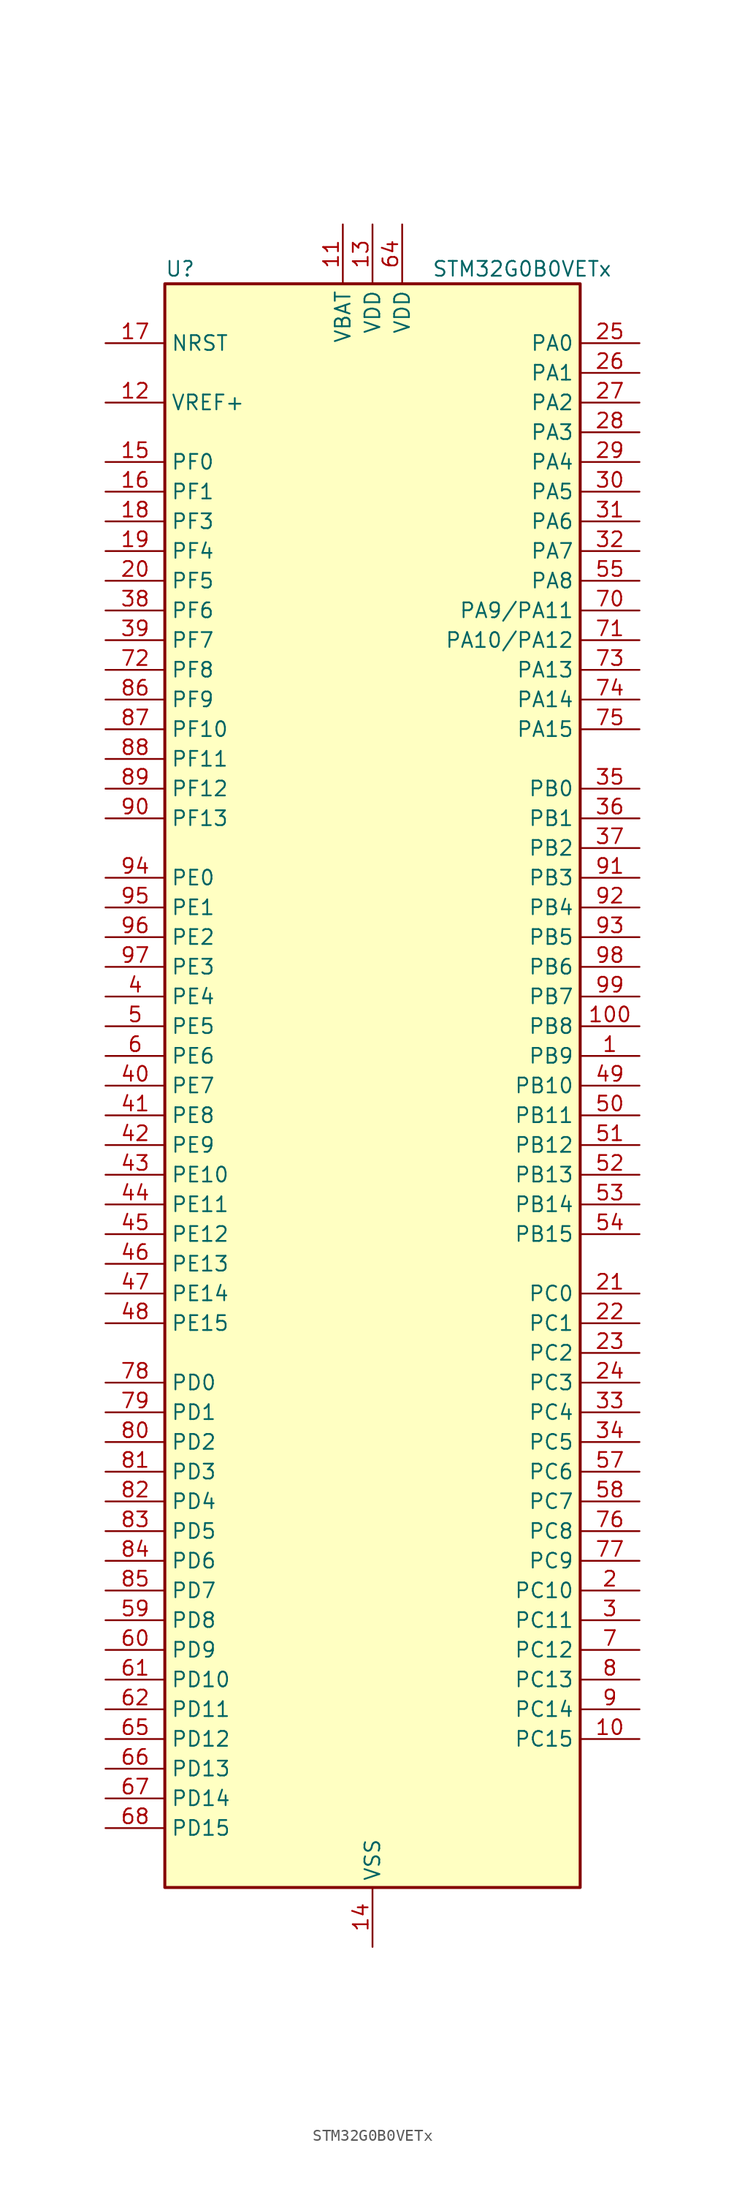
<source format=kicad_sym>
(kicad_symbol_lib
  (version 20231120)
  (generator "kicad-library-utils")
  (generator_version "8.0")
  (symbol "STM32G0B0VETx"
    (property "Reference" "U"
      (at -17.78 69.85 0)
      (effects (font (size 1.27 1.27)) (justify left)))
    (property "Value" "STM32G0B0VETx"
      (at 5.08 69.85 0)
      (effects (font (size 1.27 1.27)) (justify left)))
    (symbol "STM32G0B0VETx_0_1"
      (rectangle (start -17.78 -68.58) (end 17.78 68.58) (stroke (width 0.254) (type default)) (fill (type background))))
    (symbol "STM32G0B0VETx_1_1"
      (pin bidirectional line (at 22.86 2.54 180) (length 5.08) (name "PB9" (effects (font (size 1.27 1.27)))) (number "1" (effects (font (size 1.27 1.27)))) (alternate "I2C1_SDA" bidirectional line) (alternate "I2S2_WS" bidirectional line) (alternate "IR_OUT" bidirectional line) (alternate "SPI2_NSS" bidirectional line) (alternate "TIM17_CH1" bidirectional line) (alternate "TIM4_CH4" bidirectional line) (alternate "USART3_RX" bidirectional line) (alternate "USART6_RX" bidirectional line))
      (pin bidirectional line (at 22.86 -55.88 180) (length 5.08) (name "PC15" (effects (font (size 1.27 1.27)))) (number "10" (effects (font (size 1.27 1.27)))) (alternate "RCC_OSC32_EN" bidirectional line) (alternate "RCC_OSC32_OUT" bidirectional line) (alternate "RCC_OSC_EN" bidirectional line) (alternate "TIM15_BK" bidirectional line))
      (pin bidirectional line (at 22.86 5.08 180) (length 5.08) (name "PB8" (effects (font (size 1.27 1.27)))) (number "100" (effects (font (size 1.27 1.27)))) (alternate "I2C1_SCL" bidirectional line) (alternate "I2S2_CK" bidirectional line) (alternate "SPI2_SCK" bidirectional line) (alternate "TIM15_BK" bidirectional line) (alternate "TIM16_CH1" bidirectional line) (alternate "TIM4_CH3" bidirectional line) (alternate "USART3_TX" bidirectional line) (alternate "USART6_TX" bidirectional line))
      (pin power_in line (at -2.54 73.66 270) (length 5.08) (name "VBAT" (effects (font (size 1.27 1.27)))) (number "11" (effects (font (size 1.27 1.27)))))
      (pin input line (at -22.86 58.42 0) (length 5.08) (name "VREF+" (effects (font (size 1.27 1.27)))) (number "12" (effects (font (size 1.27 1.27)))))
      (pin power_in line (at 0 73.66 270) (length 5.08) (name "VDD" (effects (font (size 1.27 1.27)))) (number "13" (effects (font (size 1.27 1.27)))))
      (pin power_in line (at 0 -73.66 90) (length 5.08) (name "VSS" (effects (font (size 1.27 1.27)))) (number "14" (effects (font (size 1.27 1.27)))))
      (pin bidirectional line (at -22.86 53.34 0) (length 5.08) (name "PF0" (effects (font (size 1.27 1.27)))) (number "15" (effects (font (size 1.27 1.27)))) (alternate "CRS1_SYNC" bidirectional line) (alternate "RCC_OSC_IN" bidirectional line) (alternate "TIM14_CH1" bidirectional line))
      (pin bidirectional line (at -22.86 50.8 0) (length 5.08) (name "PF1" (effects (font (size 1.27 1.27)))) (number "16" (effects (font (size 1.27 1.27)))) (alternate "RCC_OSC_EN" bidirectional line) (alternate "RCC_OSC_OUT" bidirectional line) (alternate "TIM15_CH1N" bidirectional line))
      (pin input line (at -22.86 63.5 0) (length 5.08) (name "NRST" (effects (font (size 1.27 1.27)))) (number "17" (effects (font (size 1.27 1.27)))))
      (pin bidirectional line (at -22.86 48.26 0) (length 5.08) (name "PF3" (effects (font (size 1.27 1.27)))) (number "18" (effects (font (size 1.27 1.27)))) (alternate "USART6_CK" bidirectional line) (alternate "USART6_DE" bidirectional line) (alternate "USART6_RTS" bidirectional line))
      (pin bidirectional line (at -22.86 45.72 0) (length 5.08) (name "PF4" (effects (font (size 1.27 1.27)))) (number "19" (effects (font (size 1.27 1.27)))))
      (pin bidirectional line (at 22.86 -43.18 180) (length 5.08) (name "PC10" (effects (font (size 1.27 1.27)))) (number "2" (effects (font (size 1.27 1.27)))) (alternate "SPI3_SCK" bidirectional line) (alternate "TIM1_CH3" bidirectional line) (alternate "USART3_TX" bidirectional line) (alternate "USART4_TX" bidirectional line))
      (pin bidirectional line (at -22.86 43.18 0) (length 5.08) (name "PF5" (effects (font (size 1.27 1.27)))) (number "20" (effects (font (size 1.27 1.27)))))
      (pin bidirectional line (at 22.86 -17.78 180) (length 5.08) (name "PC0" (effects (font (size 1.27 1.27)))) (number "21" (effects (font (size 1.27 1.27)))) (alternate "I2C3_SCL" bidirectional line) (alternate "USART6_TX" bidirectional line))
      (pin bidirectional line (at 22.86 -20.32 180) (length 5.08) (name "PC1" (effects (font (size 1.27 1.27)))) (number "22" (effects (font (size 1.27 1.27)))) (alternate "I2C3_SDA" bidirectional line) (alternate "TIM15_CH1" bidirectional line) (alternate "USART6_RX" bidirectional line))
      (pin bidirectional line (at 22.86 -22.86 180) (length 5.08) (name "PC2" (effects (font (size 1.27 1.27)))) (number "23" (effects (font (size 1.27 1.27)))) (alternate "I2S2_MCK" bidirectional line) (alternate "SPI2_MISO" bidirectional line) (alternate "TIM15_CH2" bidirectional line))
      (pin bidirectional line (at 22.86 -25.4 180) (length 5.08) (name "PC3" (effects (font (size 1.27 1.27)))) (number "24" (effects (font (size 1.27 1.27)))) (alternate "I2S2_SD" bidirectional line) (alternate "SPI2_MOSI" bidirectional line))
      (pin bidirectional line (at 22.86 63.5 180) (length 5.08) (name "PA0" (effects (font (size 1.27 1.27)))) (number "25" (effects (font (size 1.27 1.27)))) (alternate "ADC1_IN0" bidirectional line) (alternate "I2S2_CK" bidirectional line) (alternate "RTC_TAMP_IN2" bidirectional line) (alternate "SPI2_SCK" bidirectional line) (alternate "SYS_WKUP1" bidirectional line) (alternate "USART2_CTS" bidirectional line) (alternate "USART2_NSS" bidirectional line) (alternate "USART4_TX" bidirectional line))
      (pin bidirectional line (at 22.86 60.96 180) (length 5.08) (name "PA1" (effects (font (size 1.27 1.27)))) (number "26" (effects (font (size 1.27 1.27)))) (alternate "ADC1_IN1" bidirectional line) (alternate "I2C1_SMBA" bidirectional line) (alternate "I2S1_CK" bidirectional line) (alternate "SPI1_SCK" bidirectional line) (alternate "TIM15_CH1N" bidirectional line) (alternate "USART2_CK" bidirectional line) (alternate "USART2_DE" bidirectional line) (alternate "USART2_RTS" bidirectional line) (alternate "USART4_RX" bidirectional line))
      (pin bidirectional line (at 22.86 58.42 180) (length 5.08) (name "PA2" (effects (font (size 1.27 1.27)))) (number "27" (effects (font (size 1.27 1.27)))) (alternate "ADC1_IN2" bidirectional line) (alternate "I2S1_SD" bidirectional line) (alternate "RCC_LSCO" bidirectional line) (alternate "SPI1_MOSI" bidirectional line) (alternate "SYS_WKUP4" bidirectional line) (alternate "TIM15_CH1" bidirectional line) (alternate "USART2_TX" bidirectional line))
      (pin bidirectional line (at 22.86 55.88 180) (length 5.08) (name "PA3" (effects (font (size 1.27 1.27)))) (number "28" (effects (font (size 1.27 1.27)))) (alternate "ADC1_IN3" bidirectional line) (alternate "I2S2_MCK" bidirectional line) (alternate "SPI2_MISO" bidirectional line) (alternate "TIM15_CH2" bidirectional line) (alternate "USART2_RX" bidirectional line))
      (pin bidirectional line (at 22.86 53.34 180) (length 5.08) (name "PA4" (effects (font (size 1.27 1.27)))) (number "29" (effects (font (size 1.27 1.27)))) (alternate "ADC1_IN4" bidirectional line) (alternate "I2S1_WS" bidirectional line) (alternate "I2S2_SD" bidirectional line) (alternate "RTC_OUT2" bidirectional line) (alternate "SPI1_NSS" bidirectional line) (alternate "SPI2_MOSI" bidirectional line) (alternate "SPI3_NSS" bidirectional line) (alternate "TIM14_CH1" bidirectional line) (alternate "USART6_TX" bidirectional line) (alternate "USB_NOE" bidirectional line))
      (pin bidirectional line (at 22.86 -45.72 180) (length 5.08) (name "PC11" (effects (font (size 1.27 1.27)))) (number "3" (effects (font (size 1.27 1.27)))) (alternate "ADC1_EXTI11" bidirectional line) (alternate "SPI3_MISO" bidirectional line) (alternate "TIM1_CH4" bidirectional line) (alternate "USART3_RX" bidirectional line) (alternate "USART4_RX" bidirectional line))
      (pin bidirectional line (at 22.86 50.8 180) (length 5.08) (name "PA5" (effects (font (size 1.27 1.27)))) (number "30" (effects (font (size 1.27 1.27)))) (alternate "ADC1_IN5" bidirectional line) (alternate "I2S1_CK" bidirectional line) (alternate "SPI1_SCK" bidirectional line) (alternate "USART3_TX" bidirectional line) (alternate "USART6_RX" bidirectional line))
      (pin bidirectional line (at 22.86 48.26 180) (length 5.08) (name "PA6" (effects (font (size 1.27 1.27)))) (number "31" (effects (font (size 1.27 1.27)))) (alternate "ADC1_IN6" bidirectional line) (alternate "I2C2_SDA" bidirectional line) (alternate "I2C3_SDA" bidirectional line) (alternate "I2S1_MCK" bidirectional line) (alternate "SPI1_MISO" bidirectional line) (alternate "TIM16_CH1" bidirectional line) (alternate "TIM1_BK" bidirectional line) (alternate "TIM3_CH1" bidirectional line) (alternate "USART3_CTS" bidirectional line) (alternate "USART3_NSS" bidirectional line) (alternate "USART6_CTS" bidirectional line) (alternate "USART6_NSS" bidirectional line))
      (pin bidirectional line (at 22.86 45.72 180) (length 5.08) (name "PA7" (effects (font (size 1.27 1.27)))) (number "32" (effects (font (size 1.27 1.27)))) (alternate "ADC1_IN7" bidirectional line) (alternate "I2C2_SCL" bidirectional line) (alternate "I2C3_SCL" bidirectional line) (alternate "I2S1_SD" bidirectional line) (alternate "SPI1_MOSI" bidirectional line) (alternate "TIM14_CH1" bidirectional line) (alternate "TIM17_CH1" bidirectional line) (alternate "TIM1_CH1N" bidirectional line) (alternate "TIM3_CH2" bidirectional line) (alternate "USART6_CK" bidirectional line) (alternate "USART6_DE" bidirectional line) (alternate "USART6_RTS" bidirectional line))
      (pin bidirectional line (at 22.86 -27.94 180) (length 5.08) (name "PC4" (effects (font (size 1.27 1.27)))) (number "33" (effects (font (size 1.27 1.27)))) (alternate "ADC1_IN17" bidirectional line) (alternate "USART1_TX" bidirectional line) (alternate "USART3_TX" bidirectional line))
      (pin bidirectional line (at 22.86 -30.48 180) (length 5.08) (name "PC5" (effects (font (size 1.27 1.27)))) (number "34" (effects (font (size 1.27 1.27)))) (alternate "ADC1_IN18" bidirectional line) (alternate "SYS_WKUP5" bidirectional line) (alternate "USART1_RX" bidirectional line) (alternate "USART3_RX" bidirectional line))
      (pin bidirectional line (at 22.86 25.4 180) (length 5.08) (name "PB0" (effects (font (size 1.27 1.27)))) (number "35" (effects (font (size 1.27 1.27)))) (alternate "ADC1_IN8" bidirectional line) (alternate "I2S1_WS" bidirectional line) (alternate "SPI1_NSS" bidirectional line) (alternate "TIM1_CH2N" bidirectional line) (alternate "TIM3_CH3" bidirectional line) (alternate "USART3_RX" bidirectional line) (alternate "USART5_TX" bidirectional line))
      (pin bidirectional line (at 22.86 22.86 180) (length 5.08) (name "PB1" (effects (font (size 1.27 1.27)))) (number "36" (effects (font (size 1.27 1.27)))) (alternate "ADC1_IN9" bidirectional line) (alternate "TIM14_CH1" bidirectional line) (alternate "TIM1_CH3N" bidirectional line) (alternate "TIM3_CH4" bidirectional line) (alternate "USART3_CK" bidirectional line) (alternate "USART3_DE" bidirectional line) (alternate "USART3_RTS" bidirectional line) (alternate "USART5_RX" bidirectional line))
      (pin bidirectional line (at 22.86 20.32 180) (length 5.08) (name "PB2" (effects (font (size 1.27 1.27)))) (number "37" (effects (font (size 1.27 1.27)))) (alternate "ADC1_IN10" bidirectional line) (alternate "I2S2_MCK" bidirectional line) (alternate "RCC_MCO_2" bidirectional line) (alternate "SPI2_MISO" bidirectional line) (alternate "USART3_TX" bidirectional line))
      (pin bidirectional line (at -22.86 40.64 0) (length 5.08) (name "PF6" (effects (font (size 1.27 1.27)))) (number "38" (effects (font (size 1.27 1.27)))))
      (pin bidirectional line (at -22.86 38.1 0) (length 5.08) (name "PF7" (effects (font (size 1.27 1.27)))) (number "39" (effects (font (size 1.27 1.27)))) (alternate "USART5_CTS" bidirectional line) (alternate "USART5_NSS" bidirectional line))
      (pin bidirectional line (at -22.86 7.62 0) (length 5.08) (name "PE4" (effects (font (size 1.27 1.27)))) (number "4" (effects (font (size 1.27 1.27)))) (alternate "TIM3_CH2" bidirectional line))
      (pin bidirectional line (at -22.86 0 0) (length 5.08) (name "PE7" (effects (font (size 1.27 1.27)))) (number "40" (effects (font (size 1.27 1.27)))) (alternate "TIM1_ETR" bidirectional line) (alternate "USART5_CK" bidirectional line) (alternate "USART5_DE" bidirectional line) (alternate "USART5_RTS" bidirectional line))
      (pin bidirectional line (at -22.86 -2.54 0) (length 5.08) (name "PE8" (effects (font (size 1.27 1.27)))) (number "41" (effects (font (size 1.27 1.27)))) (alternate "TIM1_CH1N" bidirectional line) (alternate "USART4_TX" bidirectional line))
      (pin bidirectional line (at -22.86 -5.08 0) (length 5.08) (name "PE9" (effects (font (size 1.27 1.27)))) (number "42" (effects (font (size 1.27 1.27)))) (alternate "TIM1_CH1" bidirectional line) (alternate "USART4_RX" bidirectional line))
      (pin bidirectional line (at -22.86 -7.62 0) (length 5.08) (name "PE10" (effects (font (size 1.27 1.27)))) (number "43" (effects (font (size 1.27 1.27)))) (alternate "TIM1_CH2N" bidirectional line) (alternate "USART5_TX" bidirectional line))
      (pin bidirectional line (at -22.86 -10.16 0) (length 5.08) (name "PE11" (effects (font (size 1.27 1.27)))) (number "44" (effects (font (size 1.27 1.27)))) (alternate "ADC1_EXTI11" bidirectional line) (alternate "TIM1_CH2" bidirectional line) (alternate "USART5_RX" bidirectional line))
      (pin bidirectional line (at -22.86 -12.7 0) (length 5.08) (name "PE12" (effects (font (size 1.27 1.27)))) (number "45" (effects (font (size 1.27 1.27)))) (alternate "I2S1_WS" bidirectional line) (alternate "SPI1_NSS" bidirectional line) (alternate "TIM1_CH3N" bidirectional line))
      (pin bidirectional line (at -22.86 -15.24 0) (length 5.08) (name "PE13" (effects (font (size 1.27 1.27)))) (number "46" (effects (font (size 1.27 1.27)))) (alternate "I2S1_CK" bidirectional line) (alternate "SPI1_SCK" bidirectional line) (alternate "TIM1_CH3" bidirectional line))
      (pin bidirectional line (at -22.86 -17.78 0) (length 5.08) (name "PE14" (effects (font (size 1.27 1.27)))) (number "47" (effects (font (size 1.27 1.27)))) (alternate "I2S1_MCK" bidirectional line) (alternate "SPI1_MISO" bidirectional line) (alternate "TIM1_BK2" bidirectional line) (alternate "TIM1_CH4" bidirectional line))
      (pin bidirectional line (at -22.86 -20.32 0) (length 5.08) (name "PE15" (effects (font (size 1.27 1.27)))) (number "48" (effects (font (size 1.27 1.27)))) (alternate "I2S1_SD" bidirectional line) (alternate "SPI1_MOSI" bidirectional line) (alternate "TIM1_BK" bidirectional line))
      (pin bidirectional line (at 22.86 0 180) (length 5.08) (name "PB10" (effects (font (size 1.27 1.27)))) (number "49" (effects (font (size 1.27 1.27)))) (alternate "ADC1_IN11" bidirectional line) (alternate "I2C2_SCL" bidirectional line) (alternate "I2S2_CK" bidirectional line) (alternate "SPI2_SCK" bidirectional line) (alternate "USART3_TX" bidirectional line))
      (pin bidirectional line (at -22.86 5.08 0) (length 5.08) (name "PE5" (effects (font (size 1.27 1.27)))) (number "5" (effects (font (size 1.27 1.27)))) (alternate "TIM3_CH3" bidirectional line))
      (pin bidirectional line (at 22.86 -2.54 180) (length 5.08) (name "PB11" (effects (font (size 1.27 1.27)))) (number "50" (effects (font (size 1.27 1.27)))) (alternate "ADC1_EXTI11" bidirectional line) (alternate "ADC1_IN15" bidirectional line) (alternate "I2C2_SDA" bidirectional line) (alternate "I2S2_SD" bidirectional line) (alternate "SPI2_MOSI" bidirectional line) (alternate "USART3_RX" bidirectional line))
      (pin bidirectional line (at 22.86 -5.08 180) (length 5.08) (name "PB12" (effects (font (size 1.27 1.27)))) (number "51" (effects (font (size 1.27 1.27)))) (alternate "ADC1_IN16" bidirectional line) (alternate "I2C2_SMBA" bidirectional line) (alternate "I2S2_WS" bidirectional line) (alternate "SPI2_NSS" bidirectional line) (alternate "TIM15_BK" bidirectional line) (alternate "TIM1_BK" bidirectional line))
      (pin bidirectional line (at 22.86 -7.62 180) (length 5.08) (name "PB13" (effects (font (size 1.27 1.27)))) (number "52" (effects (font (size 1.27 1.27)))) (alternate "I2C2_SCL" bidirectional line) (alternate "I2S2_CK" bidirectional line) (alternate "SPI2_SCK" bidirectional line) (alternate "TIM15_CH1N" bidirectional line) (alternate "TIM1_CH1N" bidirectional line) (alternate "USART3_CTS" bidirectional line) (alternate "USART3_NSS" bidirectional line))
      (pin bidirectional line (at 22.86 -10.16 180) (length 5.08) (name "PB14" (effects (font (size 1.27 1.27)))) (number "53" (effects (font (size 1.27 1.27)))) (alternate "I2C2_SDA" bidirectional line) (alternate "I2S2_MCK" bidirectional line) (alternate "SPI2_MISO" bidirectional line) (alternate "TIM15_CH1" bidirectional line) (alternate "TIM1_CH2N" bidirectional line) (alternate "USART3_CK" bidirectional line) (alternate "USART3_DE" bidirectional line) (alternate "USART3_RTS" bidirectional line) (alternate "USART6_CK" bidirectional line) (alternate "USART6_DE" bidirectional line) (alternate "USART6_RTS" bidirectional line))
      (pin bidirectional line (at 22.86 -12.7 180) (length 5.08) (name "PB15" (effects (font (size 1.27 1.27)))) (number "54" (effects (font (size 1.27 1.27)))) (alternate "I2S2_SD" bidirectional line) (alternate "RTC_REFIN" bidirectional line) (alternate "SPI2_MOSI" bidirectional line) (alternate "TIM15_CH1N" bidirectional line) (alternate "TIM15_CH2" bidirectional line) (alternate "TIM1_CH3N" bidirectional line) (alternate "USART6_CTS" bidirectional line) (alternate "USART6_NSS" bidirectional line))
      (pin bidirectional line (at 22.86 43.18 180) (length 5.08) (name "PA8" (effects (font (size 1.27 1.27)))) (number "55" (effects (font (size 1.27 1.27)))) (alternate "CRS1_SYNC" bidirectional line) (alternate "I2C2_SMBA" bidirectional line) (alternate "I2S2_WS" bidirectional line) (alternate "RCC_MCO" bidirectional line) (alternate "SPI2_NSS" bidirectional line) (alternate "TIM1_CH1" bidirectional line))
      (pin no_connect line (at -17.78 -68.58 0) (length 5.08) hide (name "NC/PA9" (effects (font (size 1.27 1.27)))) (number "56" (effects (font (size 1.27 1.27)))) (alternate "NC" bidirectional line) (alternate "PA9" bidirectional line) (alternate "I2C1_SCL (PA9)" bidirectional line) (alternate "I2C2_SCL (PA9)" bidirectional line) (alternate "I2S2_MCK (PA9)" bidirectional line) (alternate "RCC_MCO (PA9)" bidirectional line) (alternate "SPI2_MISO (PA9)" bidirectional line) (alternate "TIM15_BK (PA9)" bidirectional line) (alternate "TIM1_CH2 (PA9)" bidirectional line) (alternate "USART1_TX (PA9)" bidirectional line))
      (pin bidirectional line (at 22.86 -33.02 180) (length 5.08) (name "PC6" (effects (font (size 1.27 1.27)))) (number "57" (effects (font (size 1.27 1.27)))) (alternate "TIM3_CH1" bidirectional line))
      (pin bidirectional line (at 22.86 -35.56 180) (length 5.08) (name "PC7" (effects (font (size 1.27 1.27)))) (number "58" (effects (font (size 1.27 1.27)))) (alternate "TIM3_CH2" bidirectional line))
      (pin bidirectional line (at -22.86 -45.72 0) (length 5.08) (name "PD8" (effects (font (size 1.27 1.27)))) (number "59" (effects (font (size 1.27 1.27)))) (alternate "I2S1_CK" bidirectional line) (alternate "SPI1_SCK" bidirectional line) (alternate "USART3_TX" bidirectional line))
      (pin bidirectional line (at -22.86 2.54 0) (length 5.08) (name "PE6" (effects (font (size 1.27 1.27)))) (number "6" (effects (font (size 1.27 1.27)))) (alternate "RTC_TAMP_IN3" bidirectional line) (alternate "SYS_WKUP3" bidirectional line) (alternate "TIM3_CH4" bidirectional line))
      (pin bidirectional line (at -22.86 -48.26 0) (length 5.08) (name "PD9" (effects (font (size 1.27 1.27)))) (number "60" (effects (font (size 1.27 1.27)))) (alternate "I2S1_WS" bidirectional line) (alternate "SPI1_NSS" bidirectional line) (alternate "TIM1_BK2" bidirectional line) (alternate "USART3_RX" bidirectional line))
      (pin bidirectional line (at -22.86 -50.8 0) (length 5.08) (name "PD10" (effects (font (size 1.27 1.27)))) (number "61" (effects (font (size 1.27 1.27)))) (alternate "RCC_MCO" bidirectional line))
      (pin bidirectional line (at -22.86 -53.34 0) (length 5.08) (name "PD11" (effects (font (size 1.27 1.27)))) (number "62" (effects (font (size 1.27 1.27)))) (alternate "ADC1_EXTI11" bidirectional line) (alternate "USART3_CTS" bidirectional line) (alternate "USART3_NSS" bidirectional line))
      (pin passive line (at 0 -73.66 90) (length 5.08) hide (name "VSS" (effects (font (size 1.27 1.27)))) (number "63" (effects (font (size 1.27 1.27)))))
      (pin power_in line (at 2.54 73.66 270) (length 5.08) (name "VDD" (effects (font (size 1.27 1.27)))) (number "64" (effects (font (size 1.27 1.27)))))
      (pin bidirectional line (at -22.86 -55.88 0) (length 5.08) (name "PD12" (effects (font (size 1.27 1.27)))) (number "65" (effects (font (size 1.27 1.27)))) (alternate "TIM4_CH1" bidirectional line) (alternate "USART3_CK" bidirectional line) (alternate "USART3_DE" bidirectional line) (alternate "USART3_RTS" bidirectional line))
      (pin bidirectional line (at -22.86 -58.42 0) (length 5.08) (name "PD13" (effects (font (size 1.27 1.27)))) (number "66" (effects (font (size 1.27 1.27)))) (alternate "TIM4_CH2" bidirectional line))
      (pin bidirectional line (at -22.86 -60.96 0) (length 5.08) (name "PD14" (effects (font (size 1.27 1.27)))) (number "67" (effects (font (size 1.27 1.27)))) (alternate "TIM4_CH3" bidirectional line))
      (pin bidirectional line (at -22.86 -63.5 0) (length 5.08) (name "PD15" (effects (font (size 1.27 1.27)))) (number "68" (effects (font (size 1.27 1.27)))) (alternate "CRS1_SYNC" bidirectional line) (alternate "TIM4_CH4" bidirectional line))
      (pin no_connect line (at -17.78 -66.04 0) (length 5.08) hide (name "NC/PA10" (effects (font (size 1.27 1.27)))) (number "69" (effects (font (size 1.27 1.27)))) (alternate "NC" bidirectional line) (alternate "PA10" bidirectional line) (alternate "I2C1_SDA (PA10)" bidirectional line) (alternate "I2C2_SDA (PA10)" bidirectional line) (alternate "I2S2_SD (PA10)" bidirectional line) (alternate "RCC_MCO_2 (PA10)" bidirectional line) (alternate "SPI2_MOSI (PA10)" bidirectional line) (alternate "TIM17_BK (PA10)" bidirectional line) (alternate "TIM1_CH3 (PA10)" bidirectional line) (alternate "USART1_RX (PA10)" bidirectional line))
      (pin bidirectional line (at 22.86 -48.26 180) (length 5.08) (name "PC12" (effects (font (size 1.27 1.27)))) (number "7" (effects (font (size 1.27 1.27)))) (alternate "SPI3_MOSI" bidirectional line) (alternate "TIM14_CH1" bidirectional line) (alternate "USART5_TX" bidirectional line))
      (pin bidirectional line (at 22.86 40.64 180) (length 5.08) (name "PA9/PA11" (effects (font (size 1.27 1.27)))) (number "70" (effects (font (size 1.27 1.27)))) (alternate "PA9" bidirectional line) (alternate "I2C1_SCL (PA9)" bidirectional line) (alternate "I2C2_SCL (PA9)" bidirectional line) (alternate "I2S2_MCK (PA9)" bidirectional line) (alternate "RCC_MCO (PA9)" bidirectional line) (alternate "SPI2_MISO (PA9)" bidirectional line) (alternate "TIM15_BK (PA9)" bidirectional line) (alternate "TIM1_CH2 (PA9)" bidirectional line) (alternate "USART1_TX (PA9)" bidirectional line) (alternate "PA11" bidirectional line) (alternate "ADC1_EXTI11 (PA11)" bidirectional line) (alternate "I2C2_SCL (PA11)" bidirectional line) (alternate "I2S1_MCK (PA11)" bidirectional line) (alternate "SPI1_MISO (PA11)" bidirectional line) (alternate "TIM1_BK2 (PA11)" bidirectional line) (alternate "TIM1_CH4 (PA11)" bidirectional line) (alternate "USART1_CTS (PA11)" bidirectional line) (alternate "USART1_NSS (PA11)" bidirectional line) (alternate "USB_DM (PA11)" bidirectional line))
      (pin bidirectional line (at 22.86 38.1 180) (length 5.08) (name "PA10/PA12" (effects (font (size 1.27 1.27)))) (number "71" (effects (font (size 1.27 1.27)))) (alternate "PA10" bidirectional line) (alternate "I2C1_SDA (PA10)" bidirectional line) (alternate "I2C2_SDA (PA10)" bidirectional line) (alternate "I2S2_SD (PA10)" bidirectional line) (alternate "RCC_MCO_2 (PA10)" bidirectional line) (alternate "SPI2_MOSI (PA10)" bidirectional line) (alternate "TIM17_BK (PA10)" bidirectional line) (alternate "TIM1_CH3 (PA10)" bidirectional line) (alternate "USART1_RX (PA10)" bidirectional line) (alternate "PA12" bidirectional line) (alternate "I2C2_SDA (PA12)" bidirectional line) (alternate "I2S1_SD (PA12)" bidirectional line) (alternate "I2S_CKIN (PA12)" bidirectional line) (alternate "SPI1_MOSI (PA12)" bidirectional line) (alternate "TIM1_ETR (PA12)" bidirectional line) (alternate "USART1_CK (PA12)" bidirectional line) (alternate "USART1_DE (PA12)" bidirectional line) (alternate "USART1_RTS (PA12)" bidirectional line) (alternate "USB_DP (PA12)" bidirectional line))
      (pin bidirectional line (at -22.86 35.56 0) (length 5.08) (name "PF8" (effects (font (size 1.27 1.27)))) (number "72" (effects (font (size 1.27 1.27)))))
      (pin bidirectional line (at 22.86 35.56 180) (length 5.08) (name "PA13" (effects (font (size 1.27 1.27)))) (number "73" (effects (font (size 1.27 1.27)))) (alternate "IR_OUT" bidirectional line) (alternate "SYS_SWDIO" bidirectional line) (alternate "USB_NOE" bidirectional line))
      (pin bidirectional line (at 22.86 33.02 180) (length 5.08) (name "PA14" (effects (font (size 1.27 1.27)))) (number "74" (effects (font (size 1.27 1.27)))) (alternate "SYS_SWCLK" bidirectional line) (alternate "USART2_TX" bidirectional line))
      (pin bidirectional line (at 22.86 30.48 180) (length 5.08) (name "PA15" (effects (font (size 1.27 1.27)))) (number "75" (effects (font (size 1.27 1.27)))) (alternate "I2C2_SMBA" bidirectional line) (alternate "I2S1_WS" bidirectional line) (alternate "RCC_MCO_2" bidirectional line) (alternate "SPI1_NSS" bidirectional line) (alternate "SPI3_NSS" bidirectional line) (alternate "USART2_RX" bidirectional line) (alternate "USART3_CK" bidirectional line) (alternate "USART3_DE" bidirectional line) (alternate "USART3_RTS" bidirectional line) (alternate "USART4_CK" bidirectional line) (alternate "USART4_DE" bidirectional line) (alternate "USART4_RTS" bidirectional line) (alternate "USB_NOE" bidirectional line))
      (pin bidirectional line (at 22.86 -38.1 180) (length 5.08) (name "PC8" (effects (font (size 1.27 1.27)))) (number "76" (effects (font (size 1.27 1.27)))) (alternate "TIM1_CH1" bidirectional line) (alternate "TIM3_CH3" bidirectional line))
      (pin bidirectional line (at 22.86 -40.64 180) (length 5.08) (name "PC9" (effects (font (size 1.27 1.27)))) (number "77" (effects (font (size 1.27 1.27)))) (alternate "I2S_CKIN" bidirectional line) (alternate "TIM1_CH2" bidirectional line) (alternate "TIM3_CH4" bidirectional line) (alternate "USB_NOE" bidirectional line))
      (pin bidirectional line (at -22.86 -25.4 0) (length 5.08) (name "PD0" (effects (font (size 1.27 1.27)))) (number "78" (effects (font (size 1.27 1.27)))) (alternate "I2S2_WS" bidirectional line) (alternate "SPI2_NSS" bidirectional line) (alternate "TIM16_CH1" bidirectional line))
      (pin bidirectional line (at -22.86 -27.94 0) (length 5.08) (name "PD1" (effects (font (size 1.27 1.27)))) (number "79" (effects (font (size 1.27 1.27)))) (alternate "I2S2_CK" bidirectional line) (alternate "SPI2_SCK" bidirectional line) (alternate "TIM17_CH1" bidirectional line))
      (pin bidirectional line (at 22.86 -50.8 180) (length 5.08) (name "PC13" (effects (font (size 1.27 1.27)))) (number "8" (effects (font (size 1.27 1.27)))) (alternate "RTC_OUT1" bidirectional line) (alternate "RTC_TAMP_IN1" bidirectional line) (alternate "RTC_TS" bidirectional line) (alternate "SYS_WKUP2" bidirectional line) (alternate "TIM1_BK" bidirectional line))
      (pin bidirectional line (at -22.86 -30.48 0) (length 5.08) (name "PD2" (effects (font (size 1.27 1.27)))) (number "80" (effects (font (size 1.27 1.27)))) (alternate "TIM1_CH1N" bidirectional line) (alternate "TIM3_ETR" bidirectional line) (alternate "USART3_CK" bidirectional line) (alternate "USART3_DE" bidirectional line) (alternate "USART3_RTS" bidirectional line) (alternate "USART5_RX" bidirectional line))
      (pin bidirectional line (at -22.86 -33.02 0) (length 5.08) (name "PD3" (effects (font (size 1.27 1.27)))) (number "81" (effects (font (size 1.27 1.27)))) (alternate "I2S2_MCK" bidirectional line) (alternate "SPI2_MISO" bidirectional line) (alternate "TIM1_CH2N" bidirectional line) (alternate "USART2_CTS" bidirectional line) (alternate "USART2_NSS" bidirectional line) (alternate "USART5_TX" bidirectional line))
      (pin bidirectional line (at -22.86 -35.56 0) (length 5.08) (name "PD4" (effects (font (size 1.27 1.27)))) (number "82" (effects (font (size 1.27 1.27)))) (alternate "I2S2_SD" bidirectional line) (alternate "SPI2_MOSI" bidirectional line) (alternate "TIM1_CH3N" bidirectional line) (alternate "USART2_CK" bidirectional line) (alternate "USART2_DE" bidirectional line) (alternate "USART2_RTS" bidirectional line) (alternate "USART5_CK" bidirectional line) (alternate "USART5_DE" bidirectional line) (alternate "USART5_RTS" bidirectional line))
      (pin bidirectional line (at -22.86 -38.1 0) (length 5.08) (name "PD5" (effects (font (size 1.27 1.27)))) (number "83" (effects (font (size 1.27 1.27)))) (alternate "I2S1_MCK" bidirectional line) (alternate "SPI1_MISO" bidirectional line) (alternate "TIM1_BK" bidirectional line) (alternate "USART2_TX" bidirectional line) (alternate "USART5_CTS" bidirectional line) (alternate "USART5_NSS" bidirectional line))
      (pin bidirectional line (at -22.86 -40.64 0) (length 5.08) (name "PD6" (effects (font (size 1.27 1.27)))) (number "84" (effects (font (size 1.27 1.27)))) (alternate "I2S1_SD" bidirectional line) (alternate "SPI1_MOSI" bidirectional line) (alternate "USART2_RX" bidirectional line))
      (pin bidirectional line (at -22.86 -43.18 0) (length 5.08) (name "PD7" (effects (font (size 1.27 1.27)))) (number "85" (effects (font (size 1.27 1.27)))) (alternate "RCC_MCO_2" bidirectional line))
      (pin bidirectional line (at -22.86 33.02 0) (length 5.08) (name "PF9" (effects (font (size 1.27 1.27)))) (number "86" (effects (font (size 1.27 1.27)))) (alternate "USART6_TX" bidirectional line))
      (pin bidirectional line (at -22.86 30.48 0) (length 5.08) (name "PF10" (effects (font (size 1.27 1.27)))) (number "87" (effects (font (size 1.27 1.27)))) (alternate "USART6_RX" bidirectional line))
      (pin bidirectional line (at -22.86 27.94 0) (length 5.08) (name "PF11" (effects (font (size 1.27 1.27)))) (number "88" (effects (font (size 1.27 1.27)))) (alternate "ADC1_EXTI11" bidirectional line) (alternate "USART6_CK" bidirectional line) (alternate "USART6_DE" bidirectional line) (alternate "USART6_RTS" bidirectional line))
      (pin bidirectional line (at -22.86 25.4 0) (length 5.08) (name "PF12" (effects (font (size 1.27 1.27)))) (number "89" (effects (font (size 1.27 1.27)))) (alternate "TIM15_CH1" bidirectional line) (alternate "USART6_CTS" bidirectional line) (alternate "USART6_NSS" bidirectional line))
      (pin bidirectional line (at 22.86 -53.34 180) (length 5.08) (name "PC14" (effects (font (size 1.27 1.27)))) (number "9" (effects (font (size 1.27 1.27)))) (alternate "RCC_OSC32_IN" bidirectional line) (alternate "TIM1_BK2" bidirectional line))
      (pin bidirectional line (at -22.86 22.86 0) (length 5.08) (name "PF13" (effects (font (size 1.27 1.27)))) (number "90" (effects (font (size 1.27 1.27)))) (alternate "TIM15_CH2" bidirectional line))
      (pin bidirectional line (at 22.86 17.78 180) (length 5.08) (name "PB3" (effects (font (size 1.27 1.27)))) (number "91" (effects (font (size 1.27 1.27)))) (alternate "I2C2_SCL" bidirectional line) (alternate "I2C3_SCL" bidirectional line) (alternate "I2S1_CK" bidirectional line) (alternate "SPI1_SCK" bidirectional line) (alternate "SPI3_SCK" bidirectional line) (alternate "TIM1_CH2" bidirectional line) (alternate "USART1_CK" bidirectional line) (alternate "USART1_DE" bidirectional line) (alternate "USART1_RTS" bidirectional line) (alternate "USART5_TX" bidirectional line))
      (pin bidirectional line (at 22.86 15.24 180) (length 5.08) (name "PB4" (effects (font (size 1.27 1.27)))) (number "92" (effects (font (size 1.27 1.27)))) (alternate "I2C2_SDA" bidirectional line) (alternate "I2C3_SDA" bidirectional line) (alternate "I2S1_MCK" bidirectional line) (alternate "SPI1_MISO" bidirectional line) (alternate "SPI3_MISO" bidirectional line) (alternate "TIM17_BK" bidirectional line) (alternate "TIM3_CH1" bidirectional line) (alternate "USART1_CTS" bidirectional line) (alternate "USART1_NSS" bidirectional line) (alternate "USART5_RX" bidirectional line))
      (pin bidirectional line (at 22.86 12.7 180) (length 5.08) (name "PB5" (effects (font (size 1.27 1.27)))) (number "93" (effects (font (size 1.27 1.27)))) (alternate "I2C1_SMBA" bidirectional line) (alternate "I2S1_SD" bidirectional line) (alternate "SPI1_MOSI" bidirectional line) (alternate "SPI3_MOSI" bidirectional line) (alternate "SYS_WKUP6" bidirectional line) (alternate "TIM16_BK" bidirectional line) (alternate "TIM3_CH2" bidirectional line) (alternate "USART5_CK" bidirectional line) (alternate "USART5_DE" bidirectional line) (alternate "USART5_RTS" bidirectional line))
      (pin bidirectional line (at -22.86 17.78 0) (length 5.08) (name "PE0" (effects (font (size 1.27 1.27)))) (number "94" (effects (font (size 1.27 1.27)))) (alternate "TIM16_CH1" bidirectional line) (alternate "TIM4_ETR" bidirectional line))
      (pin bidirectional line (at -22.86 15.24 0) (length 5.08) (name "PE1" (effects (font (size 1.27 1.27)))) (number "95" (effects (font (size 1.27 1.27)))) (alternate "TIM17_CH1" bidirectional line))
      (pin bidirectional line (at -22.86 12.7 0) (length 5.08) (name "PE2" (effects (font (size 1.27 1.27)))) (number "96" (effects (font (size 1.27 1.27)))) (alternate "TIM3_ETR" bidirectional line))
      (pin bidirectional line (at -22.86 10.16 0) (length 5.08) (name "PE3" (effects (font (size 1.27 1.27)))) (number "97" (effects (font (size 1.27 1.27)))) (alternate "TIM3_CH1" bidirectional line))
      (pin bidirectional line (at 22.86 10.16 180) (length 5.08) (name "PB6" (effects (font (size 1.27 1.27)))) (number "98" (effects (font (size 1.27 1.27)))) (alternate "I2C1_SCL" bidirectional line) (alternate "I2S2_MCK" bidirectional line) (alternate "SPI2_MISO" bidirectional line) (alternate "TIM16_CH1N" bidirectional line) (alternate "TIM1_CH3" bidirectional line) (alternate "TIM4_CH1" bidirectional line) (alternate "USART1_TX" bidirectional line) (alternate "USART5_CTS" bidirectional line) (alternate "USART5_NSS" bidirectional line))
      (pin bidirectional line (at 22.86 7.62 180) (length 5.08) (name "PB7" (effects (font (size 1.27 1.27)))) (number "99" (effects (font (size 1.27 1.27)))) (alternate "I2C1_SDA" bidirectional line) (alternate "I2S2_SD" bidirectional line) (alternate "SPI2_MOSI" bidirectional line) (alternate "TIM17_CH1N" bidirectional line) (alternate "TIM4_CH2" bidirectional line) (alternate "USART1_RX" bidirectional line) (alternate "USART4_CTS" bidirectional line) (alternate "USART4_NSS" bidirectional line)))))
</source>
